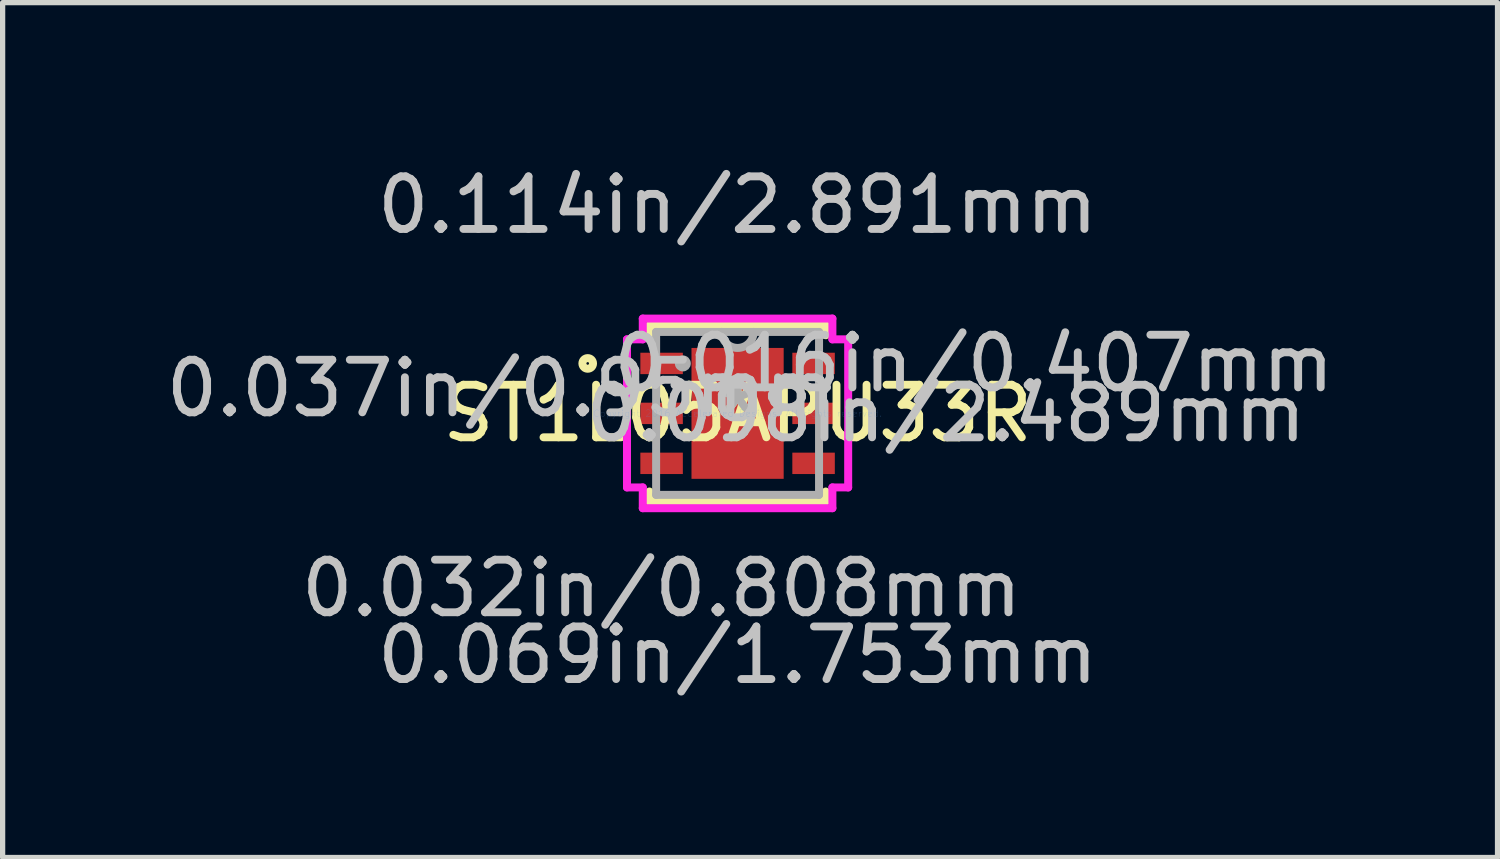
<source format=kicad_pcb>
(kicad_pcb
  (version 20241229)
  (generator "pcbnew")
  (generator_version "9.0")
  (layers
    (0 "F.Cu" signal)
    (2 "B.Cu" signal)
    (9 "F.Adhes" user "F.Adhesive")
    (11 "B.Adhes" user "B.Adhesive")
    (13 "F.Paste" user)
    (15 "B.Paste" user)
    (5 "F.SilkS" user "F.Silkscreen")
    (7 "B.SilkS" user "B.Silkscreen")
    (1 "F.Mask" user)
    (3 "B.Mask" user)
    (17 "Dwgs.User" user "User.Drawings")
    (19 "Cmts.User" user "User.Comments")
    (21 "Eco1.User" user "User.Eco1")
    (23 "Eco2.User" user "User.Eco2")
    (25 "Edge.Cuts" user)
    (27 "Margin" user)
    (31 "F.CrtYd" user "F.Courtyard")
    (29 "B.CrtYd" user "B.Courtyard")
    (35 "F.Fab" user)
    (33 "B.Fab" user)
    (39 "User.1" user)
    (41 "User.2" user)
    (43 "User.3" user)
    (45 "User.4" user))
  (footprint "ST1L05APU33R"
    (layer "F.Cu")
    (at 10.976 4.811)
    (property "Reference" "ST1L05APU33R" (at 0 0 0) (layer "F.SilkS") (effects (font (size 1 1) (thickness 0.15))))
    (attr through_hole)
    (fp_line (start -1.676 -1.676) (end -1.676 -1.486) (stroke (width 0.152) (type solid)) (layer "F.SilkS"))
    (fp_line (start -1.676 1.486) (end -1.676 1.676) (stroke (width 0.152) (type solid)) (layer "F.SilkS"))
    (fp_line (start -1.676 1.676) (end 1.676 1.676) (stroke (width 0.152) (type solid)) (layer "F.SilkS"))
    (fp_line (start 1.676 -1.676) (end -1.676 -1.676) (stroke (width 0.152) (type solid)) (layer "F.SilkS"))
    (fp_line (start 1.676 -1.486) (end 1.676 -1.676) (stroke (width 0.152) (type solid)) (layer "F.SilkS"))
    (fp_line (start 1.676 1.676) (end 1.676 1.486) (stroke (width 0.152) (type solid)) (layer "F.SilkS"))
    (fp_circle (center -2.85 -0.95) (end -2.749 -0.95) (stroke (width 0.152) (type solid)) (fill no) (layer "F.SilkS"))
    (fp_line (start -2.103 -1.408) (end -1.803 -1.408) (stroke (width 0.152) (type solid)) (layer "F.CrtYd"))
    (fp_line (start -2.103 1.408) (end -2.103 -1.408) (stroke (width 0.152) (type solid)) (layer "F.CrtYd"))
    (fp_line (start -1.803 -1.803) (end 1.803 -1.803) (stroke (width 0.152) (type solid)) (layer "F.CrtYd"))
    (fp_line (start -1.803 -1.408) (end -1.803 -1.803) (stroke (width 0.152) (type solid)) (layer "F.CrtYd"))
    (fp_line (start -1.803 1.408) (end -2.103 1.408) (stroke (width 0.152) (type solid)) (layer "F.CrtYd"))
    (fp_line (start -1.803 1.803) (end -1.803 1.408) (stroke (width 0.152) (type solid)) (layer "F.CrtYd"))
    (fp_line (start 1.803 -1.803) (end 1.803 -1.408) (stroke (width 0.152) (type solid)) (layer "F.CrtYd"))
    (fp_line (start 1.803 -1.408) (end 2.103 -1.408) (stroke (width 0.152) (type solid)) (layer "F.CrtYd"))
    (fp_line (start 1.803 1.408) (end 1.803 1.803) (stroke (width 0.152) (type solid)) (layer "F.CrtYd"))
    (fp_line (start 1.803 1.803) (end -1.803 1.803) (stroke (width 0.152) (type solid)) (layer "F.CrtYd"))
    (fp_line (start 2.103 -1.408) (end 2.103 1.408) (stroke (width 0.152) (type solid)) (layer "F.CrtYd"))
    (fp_line (start 2.103 1.408) (end 1.803 1.408) (stroke (width 0.152) (type solid)) (layer "F.CrtYd"))
    (fp_line (start -1.549 -1.549) (end -1.549 1.549) (stroke (width 0.152) (type solid)) (layer "F.Fab"))
    (fp_line (start -1.549 1.549) (end 1.549 1.549) (stroke (width 0.152) (type solid)) (layer "F.Fab"))
    (fp_line (start 1.549 -1.549) (end -1.549 -1.549) (stroke (width 0.152) (type solid)) (layer "F.Fab"))
    (fp_line (start 1.549 1.549) (end 1.549 -1.549) (stroke (width 0.152) (type solid)) (layer "F.Fab"))
    (fp_arc (start 0.3048 -1.5494) (mid 0 -1.2446) (end -0.3048 -1.5494) (stroke (width 0.1524) (type solid)) (layer "F.Fab"))
    (fp_circle (center -1.041 -0.95) (end -0.965 -0.95) (stroke (width 0.152) (type solid)) (fill no) (layer "F.Fab"))
    (fp_text user "*" (at 0 0 0) (layer "F.SilkS") (effects (font (size 1 1) (thickness 0.15))))
    (fp_text user "0.037in/0.95mm" (at -4.493 -0.475 0) (layer "Dwgs.User") (effects (font (size 1 1) (thickness 0.15))))
    (fp_text user "0.032in/0.808mm" (at -1.445 3.327 0) (layer "Dwgs.User") (effects (font (size 1 1) (thickness 0.15))))
    (fp_text user "0.016in/0.407mm" (at 4.493 -0.95 0) (layer "Dwgs.User") (effects (font (size 1 1) (thickness 0.15))))
    (fp_text user "0.069in/1.753mm" (at 0 4.597 0) (layer "Dwgs.User") (effects (font (size 1 1) (thickness 0.15))))
    (fp_text user "0.098in/2.489mm" (at 3.962 0 0) (layer "Dwgs.User") (effects (font (size 1 1) (thickness 0.15))))
    (fp_text user "0.114in/2.891mm" (at 0 -3.962 0) (layer "Dwgs.User") (effects (font (size 1 1) (thickness 0.15))))
    (fp_text user "Copyright 2016 Accelerated Designs. All rights reserved." (at 0 0 0) (layer "Cmts.User") (effects (font (size 0.127 0.127) (thickness 0.002))))
    (fp_text user "*" (at 0 0 0) (layer "F.Fab") (effects (font (size 1 1) (thickness 0.15))))
    (pad "1" smd rect (at -1.445 -0.95) (size 0.808 0.407) (layers "F.Cu" "F.Mask" "F.Paste"))
    (pad "2" smd rect (at -1.445 0) (size 0.808 0.407) (layers "F.Cu" "F.Mask" "F.Paste"))
    (pad "3" smd rect (at -1.445 0.95) (size 0.808 0.407) (layers "F.Cu" "F.Mask" "F.Paste"))
    (pad "4" smd rect (at 1.445 0.95) (size 0.808 0.407) (layers "F.Cu" "F.Mask" "F.Paste"))
    (pad "5" smd rect (at 1.445 0) (size 0.808 0.407) (layers "F.Cu" "F.Mask" "F.Paste"))
    (pad "6" smd rect (at 1.445 -0.95) (size 0.808 0.407) (layers "F.Cu" "F.Mask" "F.Paste"))
    (pad "7" smd rect (at 0 0) (size 1.753 2.489) (layers "F.Cu" "F.Mask" "F.Paste")))
  (gr_rect
    (start -3 -3)
    (end 25.427 13.256)
    (stroke (width 0.1) (type default))
    (fill no)
    (layer "Edge.Cuts")))
</source>
